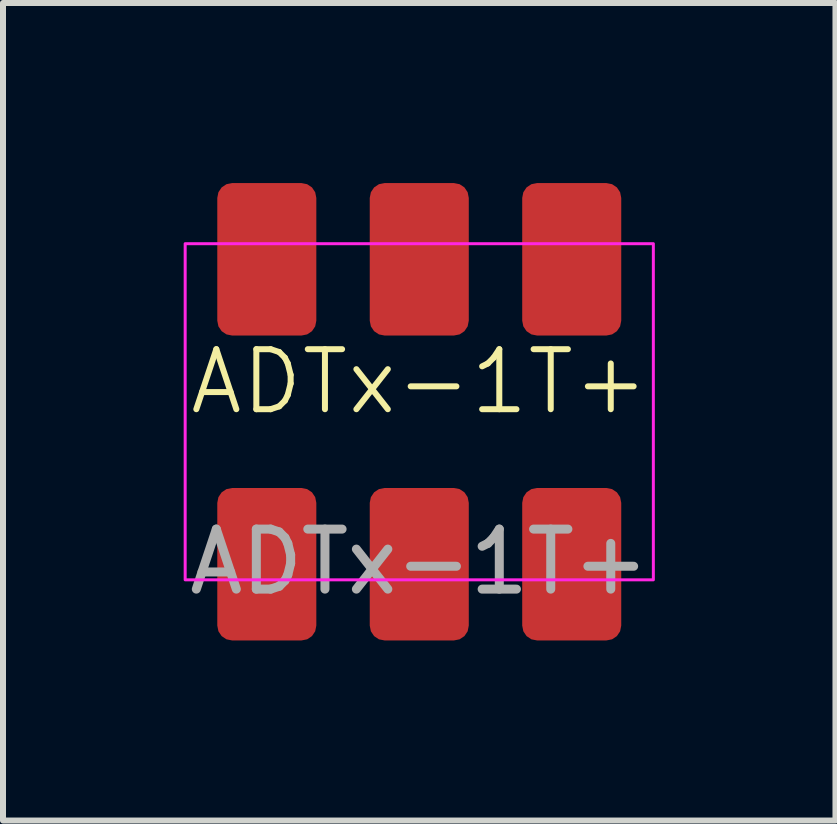
<source format=kicad_pcb>
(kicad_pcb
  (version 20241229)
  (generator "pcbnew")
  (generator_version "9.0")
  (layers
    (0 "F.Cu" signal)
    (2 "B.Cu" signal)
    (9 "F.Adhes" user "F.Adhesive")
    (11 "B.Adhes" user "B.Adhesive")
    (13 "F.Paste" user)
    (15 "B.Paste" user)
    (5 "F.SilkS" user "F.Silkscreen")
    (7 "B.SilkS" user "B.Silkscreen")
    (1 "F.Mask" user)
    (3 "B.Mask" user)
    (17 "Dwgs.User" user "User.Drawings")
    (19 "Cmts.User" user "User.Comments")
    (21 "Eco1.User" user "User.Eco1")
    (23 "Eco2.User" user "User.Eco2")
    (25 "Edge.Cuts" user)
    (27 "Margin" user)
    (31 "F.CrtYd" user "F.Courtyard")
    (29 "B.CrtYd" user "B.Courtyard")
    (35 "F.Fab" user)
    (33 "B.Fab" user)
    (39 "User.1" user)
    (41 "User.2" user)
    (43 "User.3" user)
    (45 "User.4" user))
  (footprint "ADTx-1T+"
    (layer "F.Cu")
    (at 3.935 3.81)
    (property "Reference" "ADTx-1T+" (at 0 -0.5 0) (unlocked yes) (layer "F.SilkS") (effects (font (size 1 1) (thickness 0.1))))
    (attr smd)
    (fp_rect (start -3.9 -2.8) (end 3.9 2.8) (stroke (width 0.05) (type default)) (fill no) (layer "F.CrtYd"))
    (fp_text user "${REFERENCE}" (at 0 2.5 0) (unlocked yes) (layer "F.Fab") (effects (font (size 1 1) (thickness 0.15))))
    (pad "1" smd roundrect (at -2.54 2.54 90) (size 2.54 1.65) (layers "F.Cu" "F.Mask" "F.Paste") (roundrect_rratio 0.15))
    (pad "2" smd roundrect (at 0 2.54 90) (size 2.54 1.65) (layers "F.Cu" "F.Mask" "F.Paste") (roundrect_rratio 0.15))
    (pad "3" smd roundrect (at 2.54 2.54 90) (size 2.54 1.65) (layers "F.Cu" "F.Mask" "F.Paste") (roundrect_rratio 0.15))
    (pad "4" smd roundrect (at 2.54 -2.54 90) (size 2.54 1.65) (layers "F.Cu" "F.Mask" "F.Paste") (roundrect_rratio 0.15))
    (pad "5" smd roundrect (at 0 -2.54 90) (size 2.54 1.65) (layers "F.Cu" "F.Mask" "F.Paste") (roundrect_rratio 0.15))
    (pad "6" smd roundrect (at -2.54 -2.54 90) (size 2.54 1.65) (layers "F.Cu" "F.Mask" "F.Paste") (roundrect_rratio 0.15)))
  (gr_rect
    (start -3 -3)
    (end 10.869 10.62)
    (stroke (width 0.1) (type default))
    (fill no)
    (layer "Edge.Cuts")))
</source>
